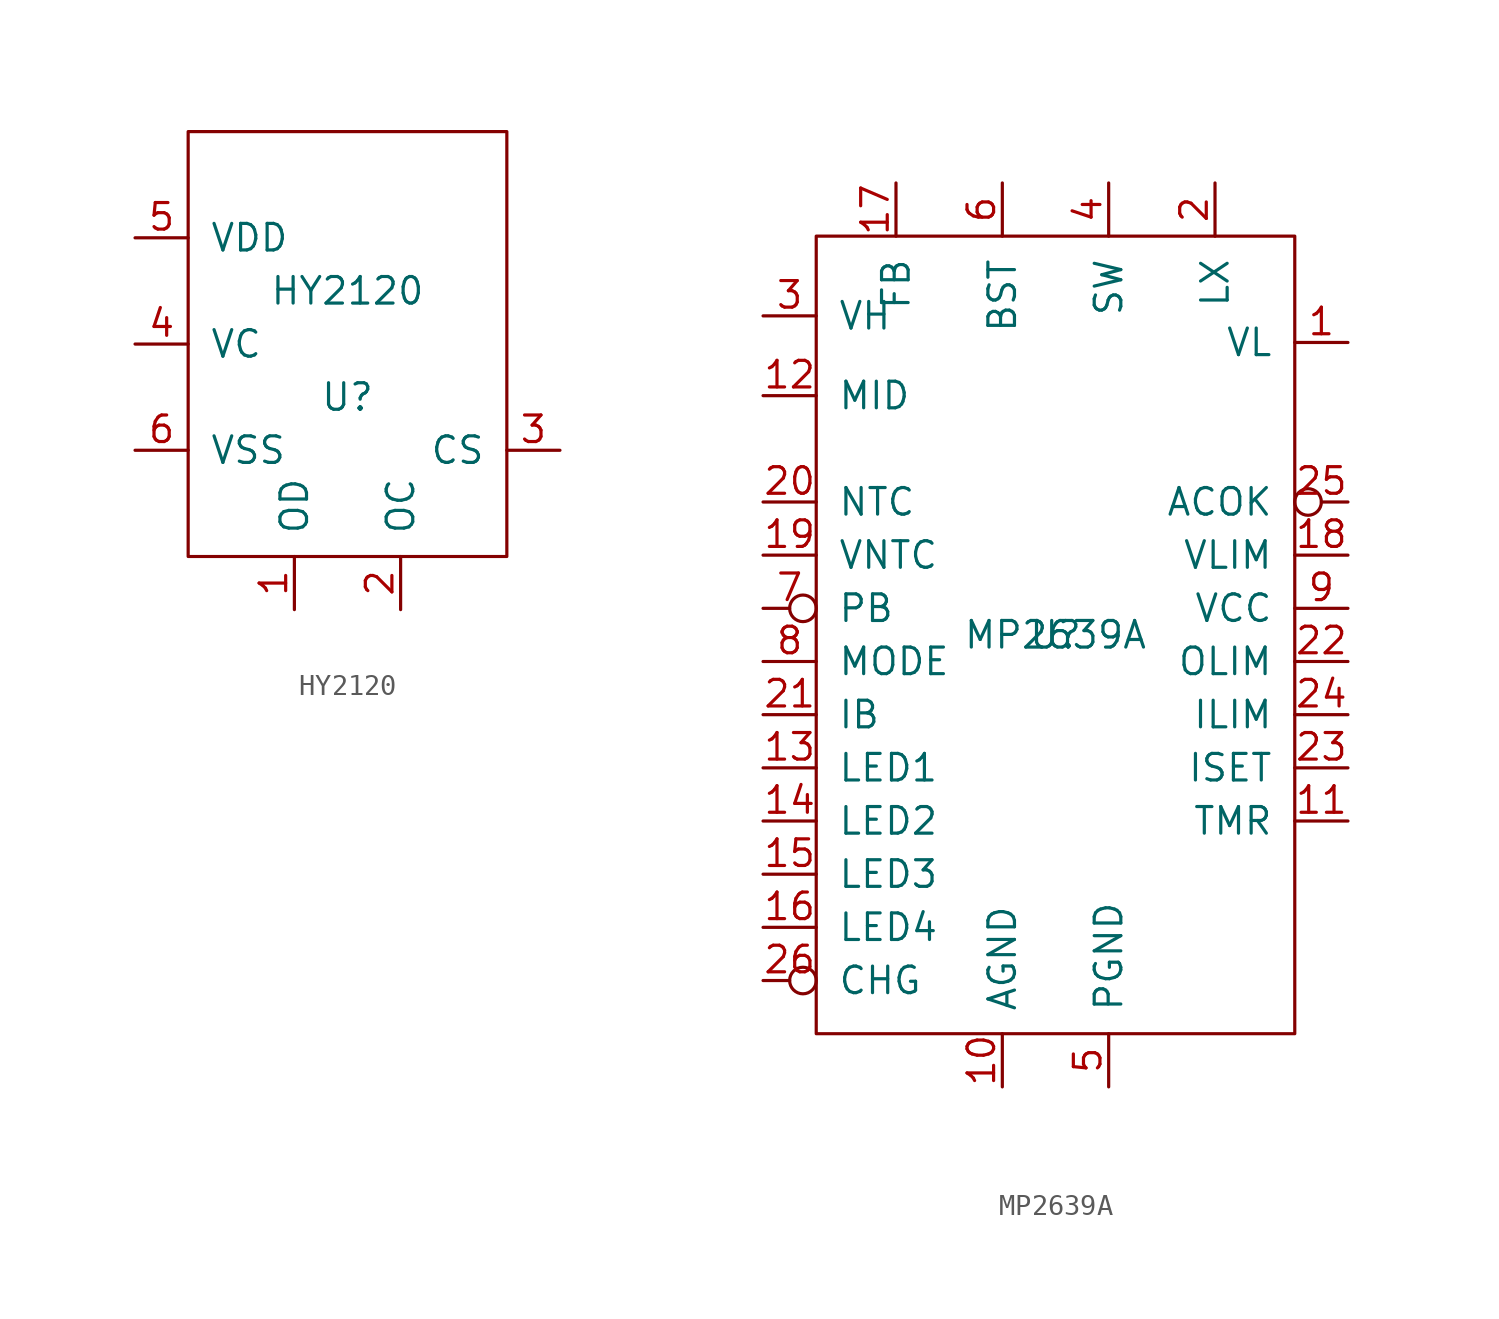
<source format=kicad_sym>
(kicad_symbol_lib
  (version 20211014)
  (generator kicad_symbol_editor)
  (symbol "HY2120"
    (pin_names
      (offset 1.016))
    (property "Reference" "U"
      (at 0 -1.27 0)
      (effects (font (size 1.27 1.27))))
    (property "Value" "HY2120"
      (at 0 3.81 0)
      (effects (font (size 1.27 1.27))))
    (symbol "HY2120_0_1"
      (rectangle (start 7.62 -8.89) (end -7.62 11.43) (stroke (width 0) (type default) (color 0 0 0 0)) (fill (type none))))
    (symbol "HY2120_1_1"
      (pin output line (at -2.54 -11.43 90) (length 2.54) (name "OD" (effects (font (size 1.27 1.27)))) (number "1" (effects (font (size 1.27 1.27)))))
      (pin output line (at 2.54 -11.43 90) (length 2.54) (name "OC" (effects (font (size 1.27 1.27)))) (number "2" (effects (font (size 1.27 1.27)))))
      (pin input line (at 10.16 -3.81 180) (length 2.54) (name "CS" (effects (font (size 1.27 1.27)))) (number "3" (effects (font (size 1.27 1.27)))))
      (pin power_in line (at -10.16 1.27 0) (length 2.54) (name "VC" (effects (font (size 1.27 1.27)))) (number "4" (effects (font (size 1.27 1.27)))))
      (pin power_in line (at -10.16 6.35 0) (length 2.54) (name "VDD" (effects (font (size 1.27 1.27)))) (number "5" (effects (font (size 1.27 1.27)))))
      (pin power_out line (at -10.16 -3.81 0) (length 2.54) (name "VSS" (effects (font (size 1.27 1.27)))) (number "6" (effects (font (size 1.27 1.27)))))))
  (symbol "MP2639A"
    (pin_names
      (offset 1.016))
    (property "Reference" "U"
      (at 0 0 0)
      (effects (font (size 1.27 1.27))))
    (property "Value" "MP2639A"
      (at 0 0 0)
      (effects (font (size 1.27 1.27))))
    (symbol "MP2639A_0_1"
      (rectangle (start -11.43 19.05) (end 11.43 -19.05) (stroke (width 0) (type default) (color 0 0 0 0)) (fill (type none))))
    (symbol "MP2639A_1_1"
      (pin power_in line (at 13.97 13.97 180) (length 2.54) (name "VL" (effects (font (size 1.27 1.27)))) (number "1" (effects (font (size 1.27 1.27)))))
      (pin bidirectional line (at -2.54 -21.59 90) (length 2.54) (name "AGND" (effects (font (size 1.27 1.27)))) (number "10" (effects (font (size 1.27 1.27)))))
      (pin input line (at 13.97 -8.89 180) (length 2.54) (name "TMR" (effects (font (size 1.27 1.27)))) (number "11" (effects (font (size 1.27 1.27)))))
      (pin input line (at -13.97 11.43 0) (length 2.54) (name "MID" (effects (font (size 1.27 1.27)))) (number "12" (effects (font (size 1.27 1.27)))))
      (pin output line (at -13.97 -6.35 0) (length 2.54) (name "LED1" (effects (font (size 1.27 1.27)))) (number "13" (effects (font (size 1.27 1.27)))))
      (pin output line (at -13.97 -8.89 0) (length 2.54) (name "LED2" (effects (font (size 1.27 1.27)))) (number "14" (effects (font (size 1.27 1.27)))))
      (pin output line (at -13.97 -11.43 0) (length 2.54) (name "LED3" (effects (font (size 1.27 1.27)))) (number "15" (effects (font (size 1.27 1.27)))))
      (pin output line (at -13.97 -13.97 0) (length 2.54) (name "LED4" (effects (font (size 1.27 1.27)))) (number "16" (effects (font (size 1.27 1.27)))))
      (pin input line (at -7.62 21.59 270) (length 2.54) (name "FB" (effects (font (size 1.27 1.27)))) (number "17" (effects (font (size 1.27 1.27)))))
      (pin output line (at 13.97 3.81 180) (length 2.54) (name "VLIM" (effects (font (size 1.27 1.27)))) (number "18" (effects (font (size 1.27 1.27)))))
      (pin output line (at -13.97 3.81 0) (length 2.54) (name "VNTC" (effects (font (size 1.27 1.27)))) (number "19" (effects (font (size 1.27 1.27)))))
      (pin power_out line (at 7.62 21.59 270) (length 2.54) (name "LX" (effects (font (size 1.27 1.27)))) (number "2" (effects (font (size 1.27 1.27)))))
      (pin input line (at -13.97 6.35 0) (length 2.54) (name "NTC" (effects (font (size 1.27 1.27)))) (number "20" (effects (font (size 1.27 1.27)))))
      (pin output line (at -13.97 -3.81 0) (length 2.54) (name "IB" (effects (font (size 1.27 1.27)))) (number "21" (effects (font (size 1.27 1.27)))))
      (pin input line (at 13.97 -1.27 180) (length 2.54) (name "OLIM" (effects (font (size 1.27 1.27)))) (number "22" (effects (font (size 1.27 1.27)))))
      (pin input line (at 13.97 -6.35 180) (length 2.54) (name "ISET" (effects (font (size 1.27 1.27)))) (number "23" (effects (font (size 1.27 1.27)))))
      (pin input line (at 13.97 -3.81 180) (length 2.54) (name "ILIM" (effects (font (size 1.27 1.27)))) (number "24" (effects (font (size 1.27 1.27)))))
      (pin output inverted (at 13.97 6.35 180) (length 2.54) (name "ACOK" (effects (font (size 1.27 1.27)))) (number "25" (effects (font (size 1.27 1.27)))))
      (pin output inverted (at -13.97 -16.51 0) (length 2.54) (name "CHG" (effects (font (size 1.27 1.27)))) (number "26" (effects (font (size 1.27 1.27)))))
      (pin power_out line (at -13.97 15.24 0) (length 2.54) (name "VH" (effects (font (size 1.27 1.27)))) (number "3" (effects (font (size 1.27 1.27)))))
      (pin power_out line (at 2.54 21.59 270) (length 2.54) (name "SW" (effects (font (size 1.27 1.27)))) (number "4" (effects (font (size 1.27 1.27)))))
      (pin power_out line (at 2.54 -21.59 90) (length 2.54) (name "PGND" (effects (font (size 1.27 1.27)))) (number "5" (effects (font (size 1.27 1.27)))))
      (pin power_out line (at -2.54 21.59 270) (length 2.54) (name "BST" (effects (font (size 1.27 1.27)))) (number "6" (effects (font (size 1.27 1.27)))))
      (pin input inverted (at -13.97 1.27 0) (length 2.54) (name "PB" (effects (font (size 1.27 1.27)))) (number "7" (effects (font (size 1.27 1.27)))))
      (pin input line (at -13.97 -1.27 0) (length 2.54) (name "MODE" (effects (font (size 1.27 1.27)))) (number "8" (effects (font (size 1.27 1.27)))))
      (pin bidirectional line (at 13.97 1.27 180) (length 2.54) (name "VCC" (effects (font (size 1.27 1.27)))) (number "9" (effects (font (size 1.27 1.27))))))))
</source>
